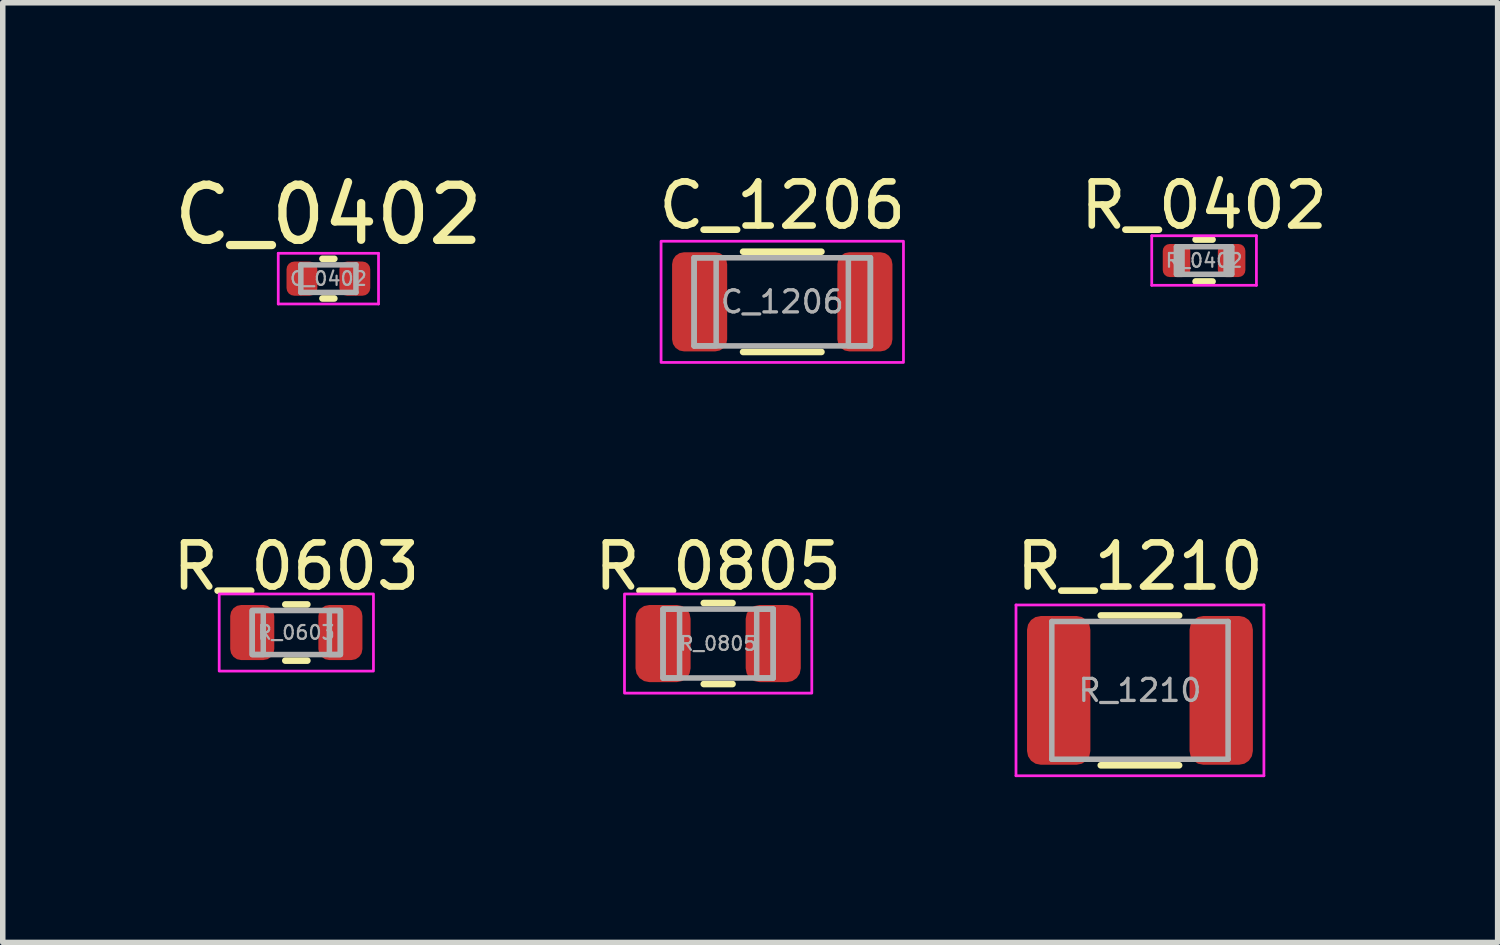
<source format=kicad_pcb>
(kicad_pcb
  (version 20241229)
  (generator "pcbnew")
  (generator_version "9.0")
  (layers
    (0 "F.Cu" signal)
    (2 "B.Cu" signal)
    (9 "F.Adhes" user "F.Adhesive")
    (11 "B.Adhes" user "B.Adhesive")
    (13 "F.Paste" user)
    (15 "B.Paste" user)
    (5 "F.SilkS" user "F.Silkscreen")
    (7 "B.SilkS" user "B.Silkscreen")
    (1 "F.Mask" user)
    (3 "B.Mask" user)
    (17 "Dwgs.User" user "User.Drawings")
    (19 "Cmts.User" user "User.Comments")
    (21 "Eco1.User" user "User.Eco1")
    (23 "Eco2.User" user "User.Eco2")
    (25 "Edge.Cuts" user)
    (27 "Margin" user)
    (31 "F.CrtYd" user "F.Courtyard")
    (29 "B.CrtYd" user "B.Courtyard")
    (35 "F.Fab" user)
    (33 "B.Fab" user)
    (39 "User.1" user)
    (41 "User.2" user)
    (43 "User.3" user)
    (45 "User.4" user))
  (footprint "R_1210"
    (layer "F.Cu")
    (at 17.643 9.482)
    (property "Reference" "R_1210" (at 0 -2.25 0) (layer "F.SilkS") (effects (font (size 0.8 0.8) (thickness 0.12))))
    (attr smd)
    (fp_line (start -0.711 -1.36) (end 0.711 -1.36) (stroke (width 0.12) (type solid)) (layer "F.SilkS"))
    (fp_line (start -0.711 1.36) (end 0.711 1.36) (stroke (width 0.12) (type solid)) (layer "F.SilkS"))
    (fp_line (start -2.25 -1.55) (end 2.25 -1.55) (stroke (width 0.05) (type solid)) (layer "F.CrtYd"))
    (fp_line (start -2.25 1.55) (end -2.25 -1.55) (stroke (width 0.05) (type solid)) (layer "F.CrtYd"))
    (fp_line (start 2.25 -1.55) (end 2.25 1.55) (stroke (width 0.05) (type solid)) (layer "F.CrtYd"))
    (fp_line (start 2.25 1.55) (end -2.25 1.55) (stroke (width 0.05) (type solid)) (layer "F.CrtYd"))
    (fp_line (start -1.6 -1.25) (end 1.6 -1.25) (stroke (width 0.1) (type solid)) (layer "F.Fab"))
    (fp_line (start -1.6 1.25) (end -1.6 -1.25) (stroke (width 0.1) (type solid)) (layer "F.Fab"))
    (fp_line (start 1.6 -1.25) (end 1.6 1.25) (stroke (width 0.1) (type solid)) (layer "F.Fab"))
    (fp_line (start 1.6 1.25) (end -1.6 1.25) (stroke (width 0.1) (type solid)) (layer "F.Fab"))
    (fp_text user "${REFERENCE}" (at 0 0 0) (layer "F.Fab") (effects (font (size 0.4 0.4) (thickness 0.06))))
    (pad "1" smd roundrect (at -1.475 0) (size 1.15 2.7) (layers "F.Cu" "F.Mask" "F.Paste") (roundrect_rratio 0.217))
    (pad "2" smd roundrect (at 1.475 0) (size 1.15 2.7) (layers "F.Cu" "F.Mask" "F.Paste") (roundrect_rratio 0.217)))
  (footprint "R_0603"
    (layer "F.Cu")
    (at 2.329 8.432)
    (property "Reference" "R_0603" (at 0 -1.2 0) (layer "F.SilkS") (effects (font (size 0.8 0.8) (thickness 0.12))))
    (attr smd)
    (fp_line (start 0.2 -0.51) (end -0.2 -0.51) (stroke (width 0.12) (type solid)) (layer "F.SilkS"))
    (fp_line (start 0.2 0.51) (end -0.2 0.51) (stroke (width 0.12) (type solid)) (layer "F.SilkS"))
    (fp_rect (start -1.4 -0.7) (end 1.4 0.7) (stroke (width 0.05) (type solid)) (fill no) (layer "F.CrtYd"))
    (fp_rect (start -0.8 -0.4) (end -0.6 0.4) (stroke (width 0.1) (type solid)) (fill no) (layer "F.Fab"))
    (fp_rect (start -0.8 -0.4) (end 0.8 0.4) (stroke (width 0.1) (type solid)) (fill no) (layer "F.Fab"))
    (fp_rect (start 0.6 -0.4) (end 0.8 0.4) (stroke (width 0.1) (type solid)) (fill no) (layer "F.Fab"))
    (fp_text user "${REFERENCE}" (at 0 0 0) (layer "F.Fab") (effects (font (size 0.25 0.25) (thickness 0.04))))
    (pad "1" smd roundrect (at -0.8 0) (size 0.8 1) (layers "F.Cu" "F.Mask" "F.Paste") (roundrect_rratio 0.25))
    (pad "2" smd roundrect (at 0.8 0) (size 0.8 1) (layers "F.Cu" "F.Mask" "F.Paste") (roundrect_rratio 0.25)))
  (footprint "R_0805"
    (layer "F.Cu")
    (at 9.986 8.632)
    (property "Reference" "R_0805" (at 0 -1.4 0) (layer "F.SilkS") (effects (font (size 0.8 0.8) (thickness 0.12))))
    (attr smd)
    (fp_line (start -0.261 -0.735) (end 0.261 -0.735) (stroke (width 0.12) (type solid)) (layer "F.SilkS"))
    (fp_line (start -0.261 0.735) (end 0.261 0.735) (stroke (width 0.12) (type solid)) (layer "F.SilkS"))
    (fp_rect (start -1.7 -0.9) (end 1.7 0.9) (stroke (width 0.05) (type solid)) (fill no) (layer "F.CrtYd"))
    (fp_line (start -1 -0.625) (end 1 -0.625) (stroke (width 0.1) (type solid)) (layer "F.Fab"))
    (fp_line (start -1 0.625) (end -1 -0.625) (stroke (width 0.1) (type solid)) (layer "F.Fab"))
    (fp_line (start 1 -0.625) (end 1 0.625) (stroke (width 0.1) (type solid)) (layer "F.Fab"))
    (fp_line (start 1 0.625) (end -1 0.625) (stroke (width 0.1) (type solid)) (layer "F.Fab"))
    (fp_rect (start -1 -0.625) (end -0.7 0.625) (stroke (width 0.1) (type solid)) (fill no) (layer "F.Fab"))
    (fp_rect (start 0.7 -0.625) (end 1 0.625) (stroke (width 0.1) (type solid)) (fill no) (layer "F.Fab"))
    (fp_text user "${REFERENCE}" (at 0 0 0) (layer "F.Fab") (effects (font (size 0.25 0.25) (thickness 0.04))))
    (pad "1" smd roundrect (at -1 0) (size 1 1.4) (layers "F.Cu" "F.Mask" "F.Paste") (roundrect_rratio 0.25))
    (pad "2" smd roundrect (at 1 0) (size 1 1.4) (layers "F.Cu" "F.Mask" "F.Paste") (roundrect_rratio 0.25)))
  (footprint "R_0402"
    (layer "F.Cu")
    (at 18.807 1.679)
    (property "Reference" "R_0402" (at 0 -1 0) (layer "F.SilkS") (effects (font (size 0.8 0.8) (thickness 0.12))))
    (attr smd)
    (fp_line (start -0.154 -0.38) (end 0.154 -0.38) (stroke (width 0.12) (type solid)) (layer "F.SilkS"))
    (fp_line (start -0.154 0.38) (end 0.154 0.38) (stroke (width 0.12) (type solid)) (layer "F.SilkS"))
    (fp_line (start -0.95 -0.45) (end 0.95 -0.45) (stroke (width 0.05) (type solid)) (layer "F.CrtYd"))
    (fp_line (start -0.95 0.45) (end -0.95 -0.45) (stroke (width 0.05) (type solid)) (layer "F.CrtYd"))
    (fp_line (start 0.95 -0.45) (end 0.95 0.45) (stroke (width 0.05) (type solid)) (layer "F.CrtYd"))
    (fp_line (start 0.95 0.45) (end -0.95 0.45) (stroke (width 0.05) (type solid)) (layer "F.CrtYd"))
    (fp_line (start -0.5 -0.25) (end 0.5 -0.25) (stroke (width 0.1) (type solid)) (layer "F.Fab"))
    (fp_line (start -0.5 0.25) (end -0.5 -0.25) (stroke (width 0.1) (type solid)) (layer "F.Fab"))
    (fp_line (start 0.5 -0.25) (end 0.5 0.25) (stroke (width 0.1) (type solid)) (layer "F.Fab"))
    (fp_line (start 0.5 0.25) (end -0.5 0.25) (stroke (width 0.1) (type solid)) (layer "F.Fab"))
    (fp_rect (start -0.5 -0.25) (end -0.4 0.25) (stroke (width 0.1) (type solid)) (fill no) (layer "F.Fab"))
    (fp_rect (start 0.4 -0.25) (end 0.5 0.25) (stroke (width 0.1) (type solid)) (fill no) (layer "F.Fab"))
    (fp_text user "${REFERENCE}" (at 0 0 0) (layer "F.Fab") (effects (font (size 0.25 0.25) (thickness 0.04))))
    (pad "1" smd roundrect (at -0.5 0) (size 0.5 0.6) (layers "F.Cu" "F.Mask" "F.Paste") (roundrect_rratio 0.25))
    (pad "2" smd roundrect (at 0.5 0) (size 0.5 0.6) (layers "F.Cu" "F.Mask" "F.Paste") (roundrect_rratio 0.25)))
  (footprint "C_0402"
    (layer "F.Cu")
    (at 2.911 2.008)
    (property "Reference" "C_0402" (at 0 -1.16 0) (layer "F.SilkS") (effects (font (size 1 1) (thickness 0.15))))
    (attr smd)
    (fp_line (start -0.108 -0.36) (end 0.108 -0.36) (stroke (width 0.12) (type solid)) (layer "F.SilkS"))
    (fp_line (start -0.108 0.36) (end 0.108 0.36) (stroke (width 0.12) (type solid)) (layer "F.SilkS"))
    (fp_line (start -0.91 -0.46) (end 0.91 -0.46) (stroke (width 0.05) (type solid)) (layer "F.CrtYd"))
    (fp_line (start -0.91 0.46) (end -0.91 -0.46) (stroke (width 0.05) (type solid)) (layer "F.CrtYd"))
    (fp_line (start 0.91 -0.46) (end 0.91 0.46) (stroke (width 0.05) (type solid)) (layer "F.CrtYd"))
    (fp_line (start 0.91 0.46) (end -0.91 0.46) (stroke (width 0.05) (type solid)) (layer "F.CrtYd"))
    (fp_line (start -0.5 -0.25) (end 0.5 -0.25) (stroke (width 0.1) (type solid)) (layer "F.Fab"))
    (fp_line (start -0.5 0.25) (end -0.5 -0.25) (stroke (width 0.1) (type solid)) (layer "F.Fab"))
    (fp_line (start 0.5 -0.25) (end 0.5 0.25) (stroke (width 0.1) (type solid)) (layer "F.Fab"))
    (fp_line (start 0.5 0.25) (end -0.5 0.25) (stroke (width 0.1) (type solid)) (layer "F.Fab"))
    (fp_text user "${REFERENCE}" (at 0 0 0) (layer "F.Fab") (effects (font (size 0.25 0.25) (thickness 0.04))))
    (pad "1" smd roundrect (at -0.48 0) (size 0.56 0.62) (layers "F.Cu" "F.Mask" "F.Paste") (roundrect_rratio 0.25))
    (pad "2" smd roundrect (at 0.48 0) (size 0.56 0.62) (layers "F.Cu" "F.Mask" "F.Paste") (roundrect_rratio 0.25)))
  (footprint "C_1206"
    (layer "F.Cu")
    (at 11.15 2.429)
    (property "Reference" "C_1206" (at 0 -1.75 0) (layer "F.SilkS") (effects (font (size 0.8 0.8) (thickness 0.12))))
    (attr smd)
    (fp_line (start -0.711 -0.91) (end 0.711 -0.91) (stroke (width 0.12) (type solid)) (layer "F.SilkS"))
    (fp_line (start -0.711 0.91) (end 0.711 0.91) (stroke (width 0.12) (type solid)) (layer "F.SilkS"))
    (fp_rect (start -2.2 -1.1) (end 2.2 1.1) (stroke (width 0.05) (type solid)) (fill no) (layer "F.CrtYd"))
    (fp_line (start -1.6 -0.8) (end 1.6 -0.8) (stroke (width 0.1) (type solid)) (layer "F.Fab"))
    (fp_line (start -1.6 0.8) (end -1.6 -0.8) (stroke (width 0.1) (type solid)) (layer "F.Fab"))
    (fp_line (start 1.6 -0.8) (end 1.6 0.8) (stroke (width 0.1) (type solid)) (layer "F.Fab"))
    (fp_line (start 1.6 0.8) (end -1.6 0.8) (stroke (width 0.1) (type solid)) (layer "F.Fab"))
    (fp_rect (start -1.6 -0.8) (end -1.2 0.8) (stroke (width 0.1) (type solid)) (fill no) (layer "F.Fab"))
    (fp_rect (start 1.2 -0.8) (end 1.6 0.8) (stroke (width 0.1) (type solid)) (fill no) (layer "F.Fab"))
    (fp_text user "${REFERENCE}" (at 0 0 0) (layer "F.Fab") (effects (font (size 0.4 0.4) (thickness 0.06))))
    (pad "1" smd roundrect (at -1.5 0) (size 1 1.8) (layers "F.Cu" "F.Mask" "F.Paste") (roundrect_rratio 0.217))
    (pad "2" smd roundrect (at 1.5 0) (size 1 1.8) (layers "F.Cu" "F.Mask" "F.Paste") (roundrect_rratio 0.217)))
  (gr_rect
    (start -3 -3)
    (end 24.136 14.057)
    (stroke (width 0.1) (type default))
    (fill no)
    (layer "Edge.Cuts")))
</source>
